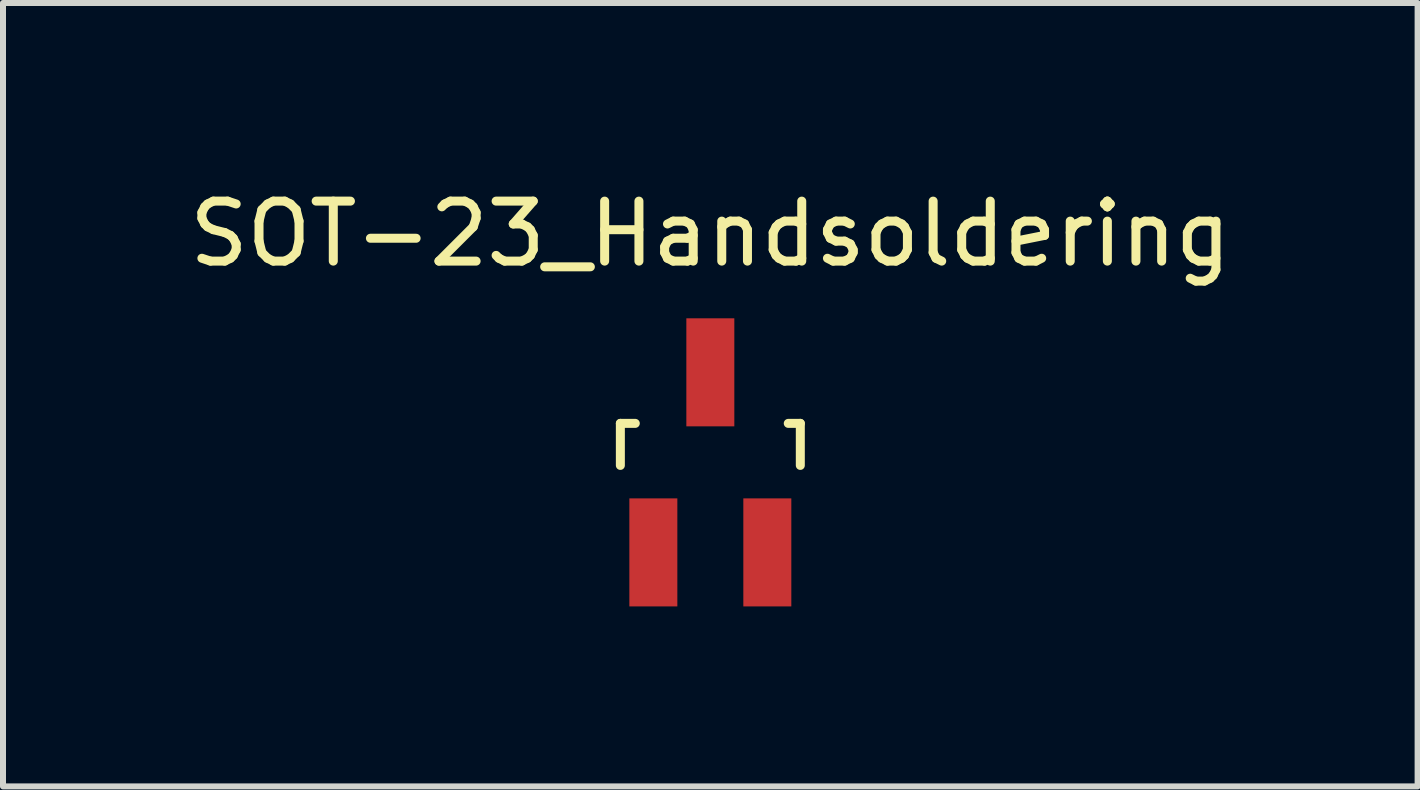
<source format=kicad_pcb>
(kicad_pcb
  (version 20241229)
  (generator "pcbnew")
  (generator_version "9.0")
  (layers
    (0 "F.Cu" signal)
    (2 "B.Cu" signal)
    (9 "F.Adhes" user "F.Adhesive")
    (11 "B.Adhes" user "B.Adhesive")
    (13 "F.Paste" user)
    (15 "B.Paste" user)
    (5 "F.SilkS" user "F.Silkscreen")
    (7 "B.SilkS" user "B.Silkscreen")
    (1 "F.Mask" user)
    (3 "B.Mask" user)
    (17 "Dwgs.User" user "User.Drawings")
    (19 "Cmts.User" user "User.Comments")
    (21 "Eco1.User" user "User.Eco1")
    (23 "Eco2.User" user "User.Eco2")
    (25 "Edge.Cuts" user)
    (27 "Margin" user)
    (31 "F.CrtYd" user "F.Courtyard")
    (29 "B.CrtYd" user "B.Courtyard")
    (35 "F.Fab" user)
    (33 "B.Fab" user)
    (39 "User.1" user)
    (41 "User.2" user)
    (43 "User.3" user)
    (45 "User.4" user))
  (footprint "SOT-23_Handsoldering"
    (layer "F.Cu")
    (at 8.792 4.658)
    (property "Reference" "SOT-23_Handsoldering" (at 0 -3.81 0) (layer "F.SilkS") (effects (font (size 1 1) (thickness 0.15))))
    (attr smd)
    (fp_line (start -1.5 -0.65) (end -1.251 -0.65) (stroke (width 0.15) (type solid)) (layer "F.SilkS"))
    (fp_line (start -1.5 0.051) (end -1.5 -0.65) (stroke (width 0.15) (type solid)) (layer "F.SilkS"))
    (fp_line (start 1.299 -0.65) (end 1.5 -0.65) (stroke (width 0.15) (type solid)) (layer "F.SilkS"))
    (fp_line (start 1.5 -0.65) (end 1.5 0.051) (stroke (width 0.15) (type solid)) (layer "F.SilkS"))
    (pad "1" smd rect (at 0.95 1.501) (size 0.8 1.801) (layers "F.Cu" "F.Mask" "F.Paste"))
    (pad "2" smd rect (at -0.95 1.501) (size 0.8 1.801) (layers "F.Cu" "F.Mask" "F.Paste"))
    (pad "3" smd rect (at 0 -1.501) (size 0.8 1.801) (layers "F.Cu" "F.Mask" "F.Paste")))
  (gr_rect
    (start -3 -3)
    (end 20.583 10.06)
    (stroke (width 0.1) (type default))
    (fill no)
    (layer "Edge.Cuts")))
</source>
